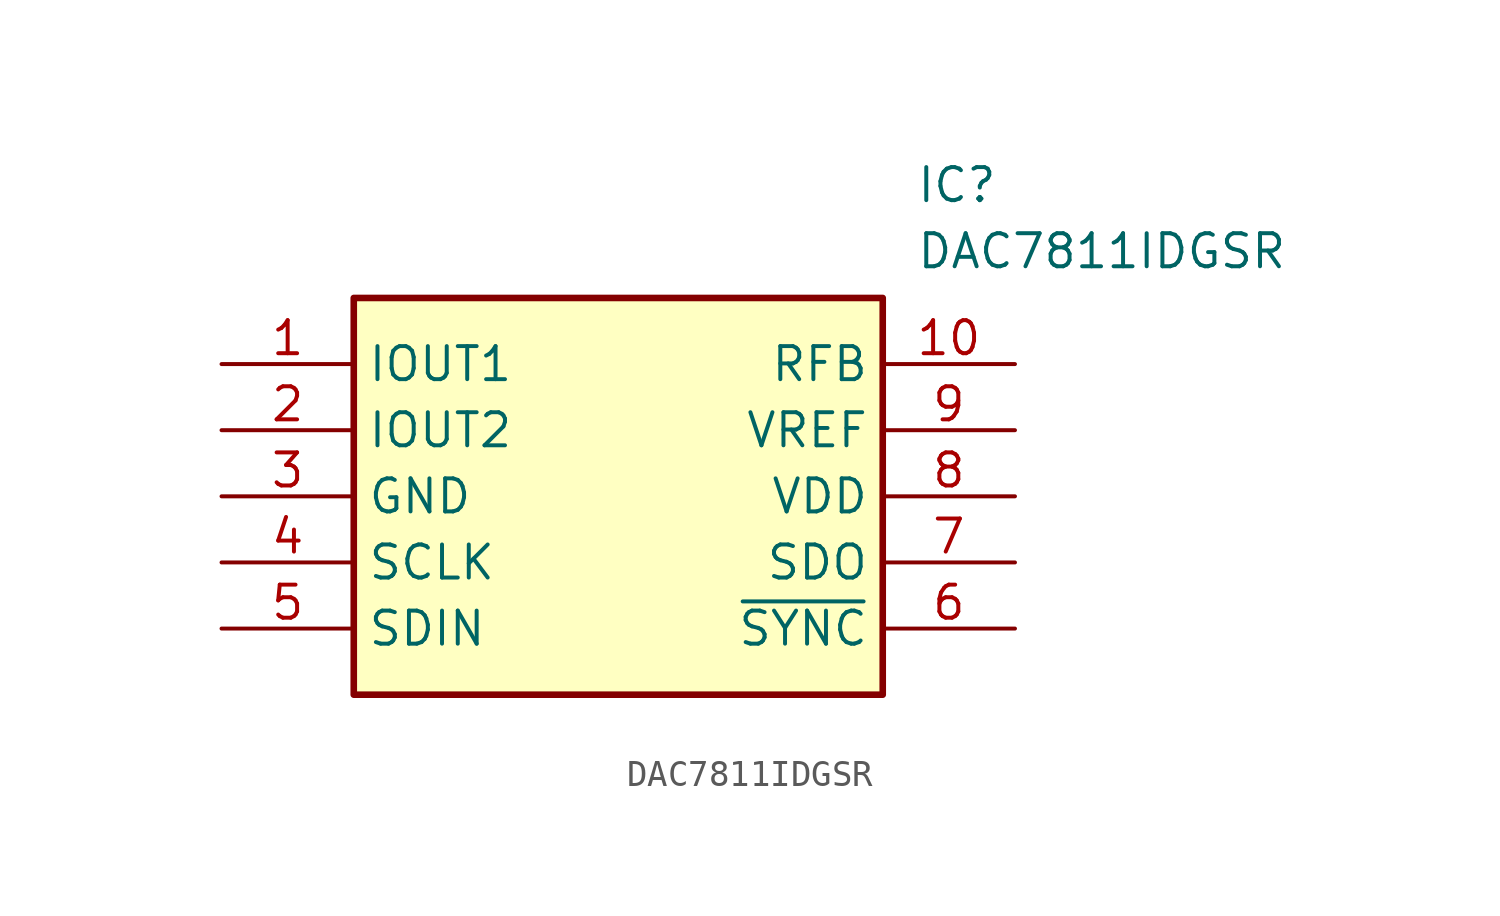
<source format=kicad_sym>
(kicad_symbol_lib
  (version 20211014)
  (generator SamacSys_ECAD_Model)
  (symbol "DAC7811IDGSR"
    (property "Reference" "IC"
      (at 26.67 7.62 0)
      (effects (font (size 1.27 1.27)) (justify left top)))
    (property "Value" "DAC7811IDGSR"
      (at 26.67 5.08 0)
      (effects (font (size 1.27 1.27)) (justify left top)))
    (rectangle
      (start 5.08 2.54)
      (end 25.4 -12.7)
      (stroke (width 0.254) (type default))
      (fill (type background)))
    (pin passive line
      (at 0 0 0)
      (length 5.08)
      (name "IOUT1" (effects (font (size 1.27 1.27))))
      (number "1" (effects (font (size 1.27 1.27)))))
    (pin passive line
      (at 0 -2.54 0)
      (length 5.08)
      (name "IOUT2" (effects (font (size 1.27 1.27))))
      (number "2" (effects (font (size 1.27 1.27)))))
    (pin passive line
      (at 0 -5.08 0)
      (length 5.08)
      (name "GND" (effects (font (size 1.27 1.27))))
      (number "3" (effects (font (size 1.27 1.27)))))
    (pin passive line
      (at 0 -7.62 0)
      (length 5.08)
      (name "SCLK" (effects (font (size 1.27 1.27))))
      (number "4" (effects (font (size 1.27 1.27)))))
    (pin passive line
      (at 0 -10.16 0)
      (length 5.08)
      (name "SDIN" (effects (font (size 1.27 1.27))))
      (number "5" (effects (font (size 1.27 1.27)))))
    (pin passive line
      (at 30.48 0 180)
      (length 5.08)
      (name "RFB" (effects (font (size 1.27 1.27))))
      (number "10" (effects (font (size 1.27 1.27)))))
    (pin passive line
      (at 30.48 -2.54 180)
      (length 5.08)
      (name "VREF" (effects (font (size 1.27 1.27))))
      (number "9" (effects (font (size 1.27 1.27)))))
    (pin passive line
      (at 30.48 -5.08 180)
      (length 5.08)
      (name "VDD" (effects (font (size 1.27 1.27))))
      (number "8" (effects (font (size 1.27 1.27)))))
    (pin passive line
      (at 30.48 -7.62 180)
      (length 5.08)
      (name "SDO" (effects (font (size 1.27 1.27))))
      (number "7" (effects (font (size 1.27 1.27)))))
    (pin passive line
      (at 30.48 -10.16 180)
      (length 5.08)
      (name "~{SYNC}" (effects (font (size 1.27 1.27))))
      (number "6" (effects (font (size 1.27 1.27)))))))
</source>
